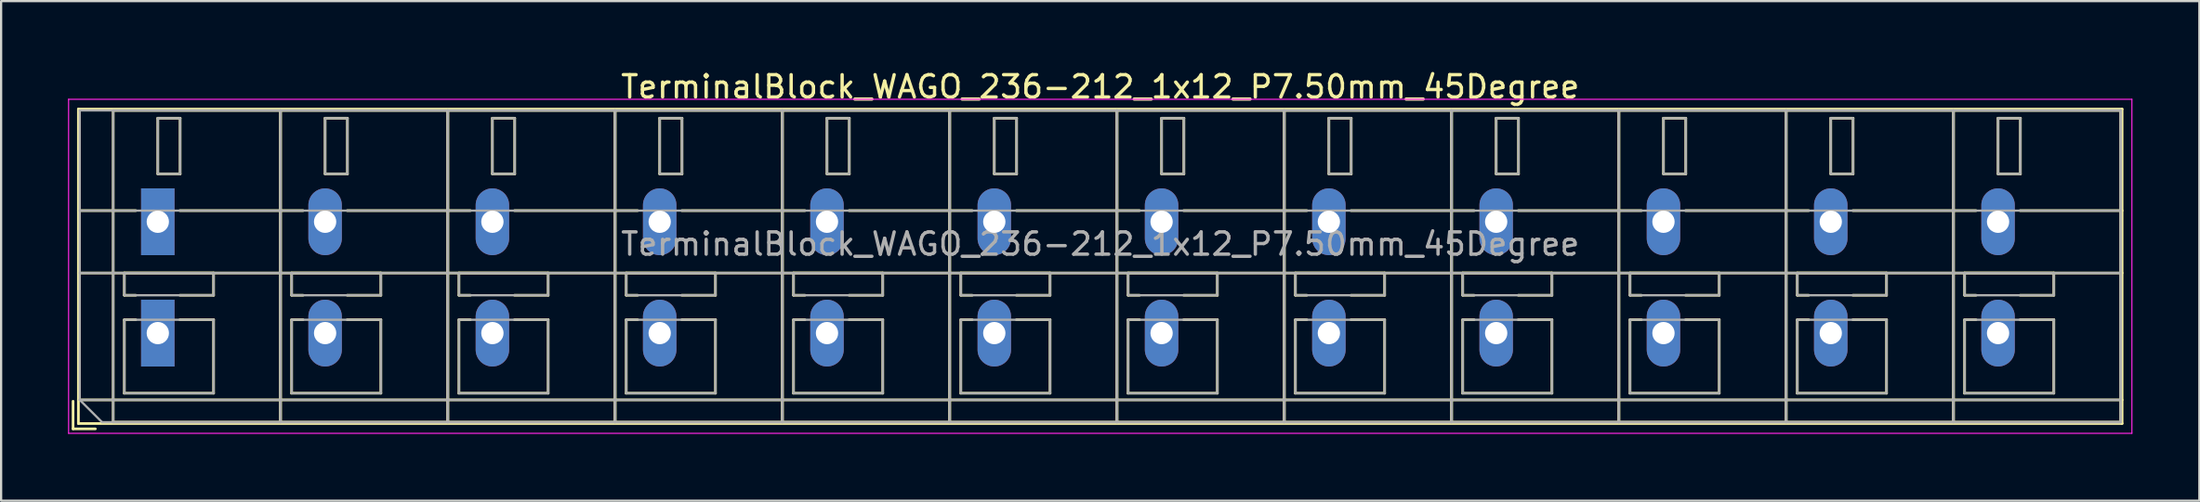
<source format=kicad_pcb>
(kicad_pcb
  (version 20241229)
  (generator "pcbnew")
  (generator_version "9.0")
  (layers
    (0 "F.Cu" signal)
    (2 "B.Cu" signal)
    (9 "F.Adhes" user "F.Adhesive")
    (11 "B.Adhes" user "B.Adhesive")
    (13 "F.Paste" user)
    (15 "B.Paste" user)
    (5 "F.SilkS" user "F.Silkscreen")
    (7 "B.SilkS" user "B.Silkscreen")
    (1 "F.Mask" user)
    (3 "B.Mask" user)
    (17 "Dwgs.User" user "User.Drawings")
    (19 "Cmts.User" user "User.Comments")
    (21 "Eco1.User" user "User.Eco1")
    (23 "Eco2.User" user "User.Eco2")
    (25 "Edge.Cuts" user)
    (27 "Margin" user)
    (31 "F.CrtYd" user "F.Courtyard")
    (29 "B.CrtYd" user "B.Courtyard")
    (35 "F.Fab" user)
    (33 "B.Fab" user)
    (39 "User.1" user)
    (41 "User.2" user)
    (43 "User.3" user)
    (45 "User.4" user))
  (footprint "TerminalBlock_WAGO_236-212_1x12_P7.50mm_45Degree"
    (layer "F.Cu")
    (at 4.025 11.908)
    (property "Reference" "TerminalBlock_WAGO_236-212_1x12_P7.50mm_45Degree" (at 42.25 -11.06 0) (layer "F.SilkS") (effects (font (size 1 1) (thickness 0.15))))
    (attr through_hole)
    (fp_line (start -3.8 3.06) (end -3.8 4.3) (stroke (width 0.12) (type solid)) (layer "F.SilkS"))
    (fp_line (start -3.8 4.3) (end -2.8 4.3) (stroke (width 0.12) (type solid)) (layer "F.SilkS"))
    (fp_line (start -3.56 -10.06) (end -3.56 4.06) (stroke (width 0.12) (type solid)) (layer "F.SilkS"))
    (fp_line (start -3.56 -10.06) (end 88.06 -10.06) (stroke (width 0.12) (type solid)) (layer "F.SilkS"))
    (fp_line (start -3.56 -5.5) (end -0.99 -5.5) (stroke (width 0.12) (type solid)) (layer "F.SilkS"))
    (fp_line (start -3.56 -2.7) (end 88.06 -2.7) (stroke (width 0.12) (type solid)) (layer "F.SilkS"))
    (fp_line (start -3.56 3) (end 88.06 3) (stroke (width 0.12) (type solid)) (layer "F.SilkS"))
    (fp_line (start -3.56 4.06) (end 88.06 4.06) (stroke (width 0.12) (type solid)) (layer "F.SilkS"))
    (fp_line (start -2 -10) (end -2 4) (stroke (width 0.12) (type solid)) (layer "F.SilkS"))
    (fp_line (start -2 -10) (end 5.5 -10) (stroke (width 0.12) (type solid)) (layer "F.SilkS"))
    (fp_line (start -2 4) (end 5.5 4) (stroke (width 0.12) (type solid)) (layer "F.SilkS"))
    (fp_line (start -1.5 -2.7) (end -1.5 -1.701) (stroke (width 0.12) (type solid)) (layer "F.SilkS"))
    (fp_line (start -1.5 -2.7) (end 2.5 -2.7) (stroke (width 0.12) (type solid)) (layer "F.SilkS"))
    (fp_line (start -1.5 -1.701) (end -0.99 -1.701) (stroke (width 0.12) (type solid)) (layer "F.SilkS"))
    (fp_line (start -1.5 -0.6) (end -1.5 2.7) (stroke (width 0.12) (type solid)) (layer "F.SilkS"))
    (fp_line (start -1.5 -0.6) (end -0.99 -0.6) (stroke (width 0.12) (type solid)) (layer "F.SilkS"))
    (fp_line (start -1.5 2.7) (end 2.5 2.7) (stroke (width 0.12) (type solid)) (layer "F.SilkS"))
    (fp_line (start 0 -9.65) (end 0 -7.15) (stroke (width 0.12) (type solid)) (layer "F.SilkS"))
    (fp_line (start 0 -9.65) (end 1 -9.65) (stroke (width 0.12) (type solid)) (layer "F.SilkS"))
    (fp_line (start 0 -7.15) (end 1 -7.15) (stroke (width 0.12) (type solid)) (layer "F.SilkS"))
    (fp_line (start 0.99 -5.5) (end 6.51 -5.5) (stroke (width 0.12) (type solid)) (layer "F.SilkS"))
    (fp_line (start 0.99 -1.701) (end 2.5 -1.701) (stroke (width 0.12) (type solid)) (layer "F.SilkS"))
    (fp_line (start 0.99 -0.6) (end 2.5 -0.6) (stroke (width 0.12) (type solid)) (layer "F.SilkS"))
    (fp_line (start 1 -9.65) (end 1 -7.15) (stroke (width 0.12) (type solid)) (layer "F.SilkS"))
    (fp_line (start 2.5 -2.7) (end 2.5 -1.701) (stroke (width 0.12) (type solid)) (layer "F.SilkS"))
    (fp_line (start 2.5 -0.6) (end 2.5 2.7) (stroke (width 0.12) (type solid)) (layer "F.SilkS"))
    (fp_line (start 5.5 -10) (end 5.5 4) (stroke (width 0.12) (type solid)) (layer "F.SilkS"))
    (fp_line (start 5.5 -10) (end 5.5 4) (stroke (width 0.12) (type solid)) (layer "F.SilkS"))
    (fp_line (start 5.5 -10) (end 13 -10) (stroke (width 0.12) (type solid)) (layer "F.SilkS"))
    (fp_line (start 5.5 4) (end 13 4) (stroke (width 0.12) (type solid)) (layer "F.SilkS"))
    (fp_line (start 6 -2.7) (end 6 -1.701) (stroke (width 0.12) (type solid)) (layer "F.SilkS"))
    (fp_line (start 6 -2.7) (end 10 -2.7) (stroke (width 0.12) (type solid)) (layer "F.SilkS"))
    (fp_line (start 6 -1.701) (end 6.51 -1.701) (stroke (width 0.12) (type solid)) (layer "F.SilkS"))
    (fp_line (start 6 -0.6) (end 6 2.7) (stroke (width 0.12) (type solid)) (layer "F.SilkS"))
    (fp_line (start 6 -0.6) (end 6.51 -0.6) (stroke (width 0.12) (type solid)) (layer "F.SilkS"))
    (fp_line (start 6 2.7) (end 10 2.7) (stroke (width 0.12) (type solid)) (layer "F.SilkS"))
    (fp_line (start 7.5 -9.65) (end 7.5 -7.15) (stroke (width 0.12) (type solid)) (layer "F.SilkS"))
    (fp_line (start 7.5 -9.65) (end 8.5 -9.65) (stroke (width 0.12) (type solid)) (layer "F.SilkS"))
    (fp_line (start 7.5 -7.15) (end 8.5 -7.15) (stroke (width 0.12) (type solid)) (layer "F.SilkS"))
    (fp_line (start 8.49 -5.5) (end 14.01 -5.5) (stroke (width 0.12) (type solid)) (layer "F.SilkS"))
    (fp_line (start 8.49 -1.701) (end 10 -1.701) (stroke (width 0.12) (type solid)) (layer "F.SilkS"))
    (fp_line (start 8.49 -0.6) (end 10 -0.6) (stroke (width 0.12) (type solid)) (layer "F.SilkS"))
    (fp_line (start 8.5 -9.65) (end 8.5 -7.15) (stroke (width 0.12) (type solid)) (layer "F.SilkS"))
    (fp_line (start 10 -2.7) (end 10 -1.701) (stroke (width 0.12) (type solid)) (layer "F.SilkS"))
    (fp_line (start 10 -0.6) (end 10 2.7) (stroke (width 0.12) (type solid)) (layer "F.SilkS"))
    (fp_line (start 13 -10) (end 13 4) (stroke (width 0.12) (type solid)) (layer "F.SilkS"))
    (fp_line (start 13 -10) (end 13 4) (stroke (width 0.12) (type solid)) (layer "F.SilkS"))
    (fp_line (start 13 -10) (end 20.5 -10) (stroke (width 0.12) (type solid)) (layer "F.SilkS"))
    (fp_line (start 13 4) (end 20.5 4) (stroke (width 0.12) (type solid)) (layer "F.SilkS"))
    (fp_line (start 13.5 -2.7) (end 13.5 -1.701) (stroke (width 0.12) (type solid)) (layer "F.SilkS"))
    (fp_line (start 13.5 -2.7) (end 17.5 -2.7) (stroke (width 0.12) (type solid)) (layer "F.SilkS"))
    (fp_line (start 13.5 -1.701) (end 14.01 -1.701) (stroke (width 0.12) (type solid)) (layer "F.SilkS"))
    (fp_line (start 13.5 -0.6) (end 13.5 2.7) (stroke (width 0.12) (type solid)) (layer "F.SilkS"))
    (fp_line (start 13.5 -0.6) (end 14.01 -0.6) (stroke (width 0.12) (type solid)) (layer "F.SilkS"))
    (fp_line (start 13.5 2.7) (end 17.5 2.7) (stroke (width 0.12) (type solid)) (layer "F.SilkS"))
    (fp_line (start 15 -9.65) (end 15 -7.15) (stroke (width 0.12) (type solid)) (layer "F.SilkS"))
    (fp_line (start 15 -9.65) (end 16 -9.65) (stroke (width 0.12) (type solid)) (layer "F.SilkS"))
    (fp_line (start 15 -7.15) (end 16 -7.15) (stroke (width 0.12) (type solid)) (layer "F.SilkS"))
    (fp_line (start 15.99 -5.5) (end 21.51 -5.5) (stroke (width 0.12) (type solid)) (layer "F.SilkS"))
    (fp_line (start 15.99 -1.701) (end 17.5 -1.701) (stroke (width 0.12) (type solid)) (layer "F.SilkS"))
    (fp_line (start 15.99 -0.6) (end 17.5 -0.6) (stroke (width 0.12) (type solid)) (layer "F.SilkS"))
    (fp_line (start 16 -9.65) (end 16 -7.15) (stroke (width 0.12) (type solid)) (layer "F.SilkS"))
    (fp_line (start 17.5 -2.7) (end 17.5 -1.701) (stroke (width 0.12) (type solid)) (layer "F.SilkS"))
    (fp_line (start 17.5 -0.6) (end 17.5 2.7) (stroke (width 0.12) (type solid)) (layer "F.SilkS"))
    (fp_line (start 20.5 -10) (end 20.5 4) (stroke (width 0.12) (type solid)) (layer "F.SilkS"))
    (fp_line (start 20.5 -10) (end 20.5 4) (stroke (width 0.12) (type solid)) (layer "F.SilkS"))
    (fp_line (start 20.5 -10) (end 28 -10) (stroke (width 0.12) (type solid)) (layer "F.SilkS"))
    (fp_line (start 20.5 4) (end 28 4) (stroke (width 0.12) (type solid)) (layer "F.SilkS"))
    (fp_line (start 21 -2.7) (end 21 -1.701) (stroke (width 0.12) (type solid)) (layer "F.SilkS"))
    (fp_line (start 21 -2.7) (end 25 -2.7) (stroke (width 0.12) (type solid)) (layer "F.SilkS"))
    (fp_line (start 21 -1.701) (end 21.51 -1.701) (stroke (width 0.12) (type solid)) (layer "F.SilkS"))
    (fp_line (start 21 -0.6) (end 21 2.7) (stroke (width 0.12) (type solid)) (layer "F.SilkS"))
    (fp_line (start 21 -0.6) (end 21.51 -0.6) (stroke (width 0.12) (type solid)) (layer "F.SilkS"))
    (fp_line (start 21 2.7) (end 25 2.7) (stroke (width 0.12) (type solid)) (layer "F.SilkS"))
    (fp_line (start 22.5 -9.65) (end 22.5 -7.15) (stroke (width 0.12) (type solid)) (layer "F.SilkS"))
    (fp_line (start 22.5 -9.65) (end 23.5 -9.65) (stroke (width 0.12) (type solid)) (layer "F.SilkS"))
    (fp_line (start 22.5 -7.15) (end 23.5 -7.15) (stroke (width 0.12) (type solid)) (layer "F.SilkS"))
    (fp_line (start 23.49 -5.5) (end 29.01 -5.5) (stroke (width 0.12) (type solid)) (layer "F.SilkS"))
    (fp_line (start 23.49 -1.701) (end 25 -1.701) (stroke (width 0.12) (type solid)) (layer "F.SilkS"))
    (fp_line (start 23.49 -0.6) (end 25 -0.6) (stroke (width 0.12) (type solid)) (layer "F.SilkS"))
    (fp_line (start 23.5 -9.65) (end 23.5 -7.15) (stroke (width 0.12) (type solid)) (layer "F.SilkS"))
    (fp_line (start 25 -2.7) (end 25 -1.701) (stroke (width 0.12) (type solid)) (layer "F.SilkS"))
    (fp_line (start 25 -0.6) (end 25 2.7) (stroke (width 0.12) (type solid)) (layer "F.SilkS"))
    (fp_line (start 28 -10) (end 28 4) (stroke (width 0.12) (type solid)) (layer "F.SilkS"))
    (fp_line (start 28 -10) (end 28 4) (stroke (width 0.12) (type solid)) (layer "F.SilkS"))
    (fp_line (start 28 -10) (end 35.5 -10) (stroke (width 0.12) (type solid)) (layer "F.SilkS"))
    (fp_line (start 28 4) (end 35.5 4) (stroke (width 0.12) (type solid)) (layer "F.SilkS"))
    (fp_line (start 28.5 -2.7) (end 28.5 -1.701) (stroke (width 0.12) (type solid)) (layer "F.SilkS"))
    (fp_line (start 28.5 -2.7) (end 32.5 -2.7) (stroke (width 0.12) (type solid)) (layer "F.SilkS"))
    (fp_line (start 28.5 -1.701) (end 29.01 -1.701) (stroke (width 0.12) (type solid)) (layer "F.SilkS"))
    (fp_line (start 28.5 -0.6) (end 28.5 2.7) (stroke (width 0.12) (type solid)) (layer "F.SilkS"))
    (fp_line (start 28.5 -0.6) (end 29.01 -0.6) (stroke (width 0.12) (type solid)) (layer "F.SilkS"))
    (fp_line (start 28.5 2.7) (end 32.5 2.7) (stroke (width 0.12) (type solid)) (layer "F.SilkS"))
    (fp_line (start 30 -9.65) (end 30 -7.15) (stroke (width 0.12) (type solid)) (layer "F.SilkS"))
    (fp_line (start 30 -9.65) (end 31 -9.65) (stroke (width 0.12) (type solid)) (layer "F.SilkS"))
    (fp_line (start 30 -7.15) (end 31 -7.15) (stroke (width 0.12) (type solid)) (layer "F.SilkS"))
    (fp_line (start 30.99 -5.5) (end 36.51 -5.5) (stroke (width 0.12) (type solid)) (layer "F.SilkS"))
    (fp_line (start 30.99 -1.701) (end 32.5 -1.701) (stroke (width 0.12) (type solid)) (layer "F.SilkS"))
    (fp_line (start 30.99 -0.6) (end 32.5 -0.6) (stroke (width 0.12) (type solid)) (layer "F.SilkS"))
    (fp_line (start 31 -9.65) (end 31 -7.15) (stroke (width 0.12) (type solid)) (layer "F.SilkS"))
    (fp_line (start 32.5 -2.7) (end 32.5 -1.701) (stroke (width 0.12) (type solid)) (layer "F.SilkS"))
    (fp_line (start 32.5 -0.6) (end 32.5 2.7) (stroke (width 0.12) (type solid)) (layer "F.SilkS"))
    (fp_line (start 35.5 -10) (end 35.5 4) (stroke (width 0.12) (type solid)) (layer "F.SilkS"))
    (fp_line (start 35.5 -10) (end 35.5 4) (stroke (width 0.12) (type solid)) (layer "F.SilkS"))
    (fp_line (start 35.5 -10) (end 43 -10) (stroke (width 0.12) (type solid)) (layer "F.SilkS"))
    (fp_line (start 35.5 4) (end 43 4) (stroke (width 0.12) (type solid)) (layer "F.SilkS"))
    (fp_line (start 36 -2.7) (end 36 -1.701) (stroke (width 0.12) (type solid)) (layer "F.SilkS"))
    (fp_line (start 36 -2.7) (end 40 -2.7) (stroke (width 0.12) (type solid)) (layer "F.SilkS"))
    (fp_line (start 36 -1.701) (end 36.51 -1.701) (stroke (width 0.12) (type solid)) (layer "F.SilkS"))
    (fp_line (start 36 -0.6) (end 36 2.7) (stroke (width 0.12) (type solid)) (layer "F.SilkS"))
    (fp_line (start 36 -0.6) (end 36.51 -0.6) (stroke (width 0.12) (type solid)) (layer "F.SilkS"))
    (fp_line (start 36 2.7) (end 40 2.7) (stroke (width 0.12) (type solid)) (layer "F.SilkS"))
    (fp_line (start 37.5 -9.65) (end 37.5 -7.15) (stroke (width 0.12) (type solid)) (layer "F.SilkS"))
    (fp_line (start 37.5 -9.65) (end 38.5 -9.65) (stroke (width 0.12) (type solid)) (layer "F.SilkS"))
    (fp_line (start 37.5 -7.15) (end 38.5 -7.15) (stroke (width 0.12) (type solid)) (layer "F.SilkS"))
    (fp_line (start 38.49 -5.5) (end 44.01 -5.5) (stroke (width 0.12) (type solid)) (layer "F.SilkS"))
    (fp_line (start 38.49 -1.701) (end 40 -1.701) (stroke (width 0.12) (type solid)) (layer "F.SilkS"))
    (fp_line (start 38.49 -0.6) (end 40 -0.6) (stroke (width 0.12) (type solid)) (layer "F.SilkS"))
    (fp_line (start 38.5 -9.65) (end 38.5 -7.15) (stroke (width 0.12) (type solid)) (layer "F.SilkS"))
    (fp_line (start 40 -2.7) (end 40 -1.701) (stroke (width 0.12) (type solid)) (layer "F.SilkS"))
    (fp_line (start 40 -0.6) (end 40 2.7) (stroke (width 0.12) (type solid)) (layer "F.SilkS"))
    (fp_line (start 43 -10) (end 43 4) (stroke (width 0.12) (type solid)) (layer "F.SilkS"))
    (fp_line (start 43 -10) (end 43 4) (stroke (width 0.12) (type solid)) (layer "F.SilkS"))
    (fp_line (start 43 -10) (end 50.5 -10) (stroke (width 0.12) (type solid)) (layer "F.SilkS"))
    (fp_line (start 43 4) (end 50.5 4) (stroke (width 0.12) (type solid)) (layer "F.SilkS"))
    (fp_line (start 43.5 -2.7) (end 43.5 -1.701) (stroke (width 0.12) (type solid)) (layer "F.SilkS"))
    (fp_line (start 43.5 -2.7) (end 47.5 -2.7) (stroke (width 0.12) (type solid)) (layer "F.SilkS"))
    (fp_line (start 43.5 -1.701) (end 44.01 -1.701) (stroke (width 0.12) (type solid)) (layer "F.SilkS"))
    (fp_line (start 43.5 -0.6) (end 43.5 2.7) (stroke (width 0.12) (type solid)) (layer "F.SilkS"))
    (fp_line (start 43.5 -0.6) (end 44.01 -0.6) (stroke (width 0.12) (type solid)) (layer "F.SilkS"))
    (fp_line (start 43.5 2.7) (end 47.5 2.7) (stroke (width 0.12) (type solid)) (layer "F.SilkS"))
    (fp_line (start 45 -9.65) (end 45 -7.15) (stroke (width 0.12) (type solid)) (layer "F.SilkS"))
    (fp_line (start 45 -9.65) (end 46 -9.65) (stroke (width 0.12) (type solid)) (layer "F.SilkS"))
    (fp_line (start 45 -7.15) (end 46 -7.15) (stroke (width 0.12) (type solid)) (layer "F.SilkS"))
    (fp_line (start 45.99 -5.5) (end 51.51 -5.5) (stroke (width 0.12) (type solid)) (layer "F.SilkS"))
    (fp_line (start 45.99 -1.701) (end 47.5 -1.701) (stroke (width 0.12) (type solid)) (layer "F.SilkS"))
    (fp_line (start 45.99 -0.6) (end 47.5 -0.6) (stroke (width 0.12) (type solid)) (layer "F.SilkS"))
    (fp_line (start 46 -9.65) (end 46 -7.15) (stroke (width 0.12) (type solid)) (layer "F.SilkS"))
    (fp_line (start 47.5 -2.7) (end 47.5 -1.701) (stroke (width 0.12) (type solid)) (layer "F.SilkS"))
    (fp_line (start 47.5 -0.6) (end 47.5 2.7) (stroke (width 0.12) (type solid)) (layer "F.SilkS"))
    (fp_line (start 50.5 -10) (end 50.5 4) (stroke (width 0.12) (type solid)) (layer "F.SilkS"))
    (fp_line (start 50.5 -10) (end 50.5 4) (stroke (width 0.12) (type solid)) (layer "F.SilkS"))
    (fp_line (start 50.5 -10) (end 58 -10) (stroke (width 0.12) (type solid)) (layer "F.SilkS"))
    (fp_line (start 50.5 4) (end 58 4) (stroke (width 0.12) (type solid)) (layer "F.SilkS"))
    (fp_line (start 51 -2.7) (end 51 -1.701) (stroke (width 0.12) (type solid)) (layer "F.SilkS"))
    (fp_line (start 51 -2.7) (end 55 -2.7) (stroke (width 0.12) (type solid)) (layer "F.SilkS"))
    (fp_line (start 51 -1.701) (end 51.51 -1.701) (stroke (width 0.12) (type solid)) (layer "F.SilkS"))
    (fp_line (start 51 -0.6) (end 51 2.7) (stroke (width 0.12) (type solid)) (layer "F.SilkS"))
    (fp_line (start 51 -0.6) (end 51.51 -0.6) (stroke (width 0.12) (type solid)) (layer "F.SilkS"))
    (fp_line (start 51 2.7) (end 55 2.7) (stroke (width 0.12) (type solid)) (layer "F.SilkS"))
    (fp_line (start 52.5 -9.65) (end 52.5 -7.15) (stroke (width 0.12) (type solid)) (layer "F.SilkS"))
    (fp_line (start 52.5 -9.65) (end 53.5 -9.65) (stroke (width 0.12) (type solid)) (layer "F.SilkS"))
    (fp_line (start 52.5 -7.15) (end 53.5 -7.15) (stroke (width 0.12) (type solid)) (layer "F.SilkS"))
    (fp_line (start 53.49 -5.5) (end 59.01 -5.5) (stroke (width 0.12) (type solid)) (layer "F.SilkS"))
    (fp_line (start 53.49 -1.701) (end 55 -1.701) (stroke (width 0.12) (type solid)) (layer "F.SilkS"))
    (fp_line (start 53.49 -0.6) (end 55 -0.6) (stroke (width 0.12) (type solid)) (layer "F.SilkS"))
    (fp_line (start 53.5 -9.65) (end 53.5 -7.15) (stroke (width 0.12) (type solid)) (layer "F.SilkS"))
    (fp_line (start 55 -2.7) (end 55 -1.701) (stroke (width 0.12) (type solid)) (layer "F.SilkS"))
    (fp_line (start 55 -0.6) (end 55 2.7) (stroke (width 0.12) (type solid)) (layer "F.SilkS"))
    (fp_line (start 58 -10) (end 58 4) (stroke (width 0.12) (type solid)) (layer "F.SilkS"))
    (fp_line (start 58 -10) (end 58 4) (stroke (width 0.12) (type solid)) (layer "F.SilkS"))
    (fp_line (start 58 -10) (end 65.5 -10) (stroke (width 0.12) (type solid)) (layer "F.SilkS"))
    (fp_line (start 58 4) (end 65.5 4) (stroke (width 0.12) (type solid)) (layer "F.SilkS"))
    (fp_line (start 58.5 -2.7) (end 58.5 -1.701) (stroke (width 0.12) (type solid)) (layer "F.SilkS"))
    (fp_line (start 58.5 -2.7) (end 62.5 -2.7) (stroke (width 0.12) (type solid)) (layer "F.SilkS"))
    (fp_line (start 58.5 -1.701) (end 59.01 -1.701) (stroke (width 0.12) (type solid)) (layer "F.SilkS"))
    (fp_line (start 58.5 -0.6) (end 58.5 2.7) (stroke (width 0.12) (type solid)) (layer "F.SilkS"))
    (fp_line (start 58.5 -0.6) (end 59.01 -0.6) (stroke (width 0.12) (type solid)) (layer "F.SilkS"))
    (fp_line (start 58.5 2.7) (end 62.5 2.7) (stroke (width 0.12) (type solid)) (layer "F.SilkS"))
    (fp_line (start 60 -9.65) (end 60 -7.15) (stroke (width 0.12) (type solid)) (layer "F.SilkS"))
    (fp_line (start 60 -9.65) (end 61 -9.65) (stroke (width 0.12) (type solid)) (layer "F.SilkS"))
    (fp_line (start 60 -7.15) (end 61 -7.15) (stroke (width 0.12) (type solid)) (layer "F.SilkS"))
    (fp_line (start 60.99 -5.5) (end 66.51 -5.5) (stroke (width 0.12) (type solid)) (layer "F.SilkS"))
    (fp_line (start 60.99 -1.701) (end 62.5 -1.701) (stroke (width 0.12) (type solid)) (layer "F.SilkS"))
    (fp_line (start 60.99 -0.6) (end 62.5 -0.6) (stroke (width 0.12) (type solid)) (layer "F.SilkS"))
    (fp_line (start 61 -9.65) (end 61 -7.15) (stroke (width 0.12) (type solid)) (layer "F.SilkS"))
    (fp_line (start 62.5 -2.7) (end 62.5 -1.701) (stroke (width 0.12) (type solid)) (layer "F.SilkS"))
    (fp_line (start 62.5 -0.6) (end 62.5 2.7) (stroke (width 0.12) (type solid)) (layer "F.SilkS"))
    (fp_line (start 65.5 -10) (end 65.5 4) (stroke (width 0.12) (type solid)) (layer "F.SilkS"))
    (fp_line (start 65.5 -10) (end 65.5 4) (stroke (width 0.12) (type solid)) (layer "F.SilkS"))
    (fp_line (start 65.5 -10) (end 73 -10) (stroke (width 0.12) (type solid)) (layer "F.SilkS"))
    (fp_line (start 65.5 4) (end 73 4) (stroke (width 0.12) (type solid)) (layer "F.SilkS"))
    (fp_line (start 66 -2.7) (end 66 -1.701) (stroke (width 0.12) (type solid)) (layer "F.SilkS"))
    (fp_line (start 66 -2.7) (end 70 -2.7) (stroke (width 0.12) (type solid)) (layer "F.SilkS"))
    (fp_line (start 66 -1.701) (end 66.51 -1.701) (stroke (width 0.12) (type solid)) (layer "F.SilkS"))
    (fp_line (start 66 -0.6) (end 66 2.7) (stroke (width 0.12) (type solid)) (layer "F.SilkS"))
    (fp_line (start 66 -0.6) (end 66.51 -0.6) (stroke (width 0.12) (type solid)) (layer "F.SilkS"))
    (fp_line (start 66 2.7) (end 70 2.7) (stroke (width 0.12) (type solid)) (layer "F.SilkS"))
    (fp_line (start 67.5 -9.65) (end 67.5 -7.15) (stroke (width 0.12) (type solid)) (layer "F.SilkS"))
    (fp_line (start 67.5 -9.65) (end 68.5 -9.65) (stroke (width 0.12) (type solid)) (layer "F.SilkS"))
    (fp_line (start 67.5 -7.15) (end 68.5 -7.15) (stroke (width 0.12) (type solid)) (layer "F.SilkS"))
    (fp_line (start 68.49 -5.5) (end 74.01 -5.5) (stroke (width 0.12) (type solid)) (layer "F.SilkS"))
    (fp_line (start 68.49 -1.701) (end 70 -1.701) (stroke (width 0.12) (type solid)) (layer "F.SilkS"))
    (fp_line (start 68.49 -0.6) (end 70 -0.6) (stroke (width 0.12) (type solid)) (layer "F.SilkS"))
    (fp_line (start 68.5 -9.65) (end 68.5 -7.15) (stroke (width 0.12) (type solid)) (layer "F.SilkS"))
    (fp_line (start 70 -2.7) (end 70 -1.701) (stroke (width 0.12) (type solid)) (layer "F.SilkS"))
    (fp_line (start 70 -0.6) (end 70 2.7) (stroke (width 0.12) (type solid)) (layer "F.SilkS"))
    (fp_line (start 73 -10) (end 73 4) (stroke (width 0.12) (type solid)) (layer "F.SilkS"))
    (fp_line (start 73 -10) (end 73 4) (stroke (width 0.12) (type solid)) (layer "F.SilkS"))
    (fp_line (start 73 -10) (end 80.5 -10) (stroke (width 0.12) (type solid)) (layer "F.SilkS"))
    (fp_line (start 73 4) (end 80.5 4) (stroke (width 0.12) (type solid)) (layer "F.SilkS"))
    (fp_line (start 73.5 -2.7) (end 73.5 -1.701) (stroke (width 0.12) (type solid)) (layer "F.SilkS"))
    (fp_line (start 73.5 -2.7) (end 77.5 -2.7) (stroke (width 0.12) (type solid)) (layer "F.SilkS"))
    (fp_line (start 73.5 -1.701) (end 74.01 -1.701) (stroke (width 0.12) (type solid)) (layer "F.SilkS"))
    (fp_line (start 73.5 -0.6) (end 73.5 2.7) (stroke (width 0.12) (type solid)) (layer "F.SilkS"))
    (fp_line (start 73.5 -0.6) (end 74.01 -0.6) (stroke (width 0.12) (type solid)) (layer "F.SilkS"))
    (fp_line (start 73.5 2.7) (end 77.5 2.7) (stroke (width 0.12) (type solid)) (layer "F.SilkS"))
    (fp_line (start 75 -9.65) (end 75 -7.15) (stroke (width 0.12) (type solid)) (layer "F.SilkS"))
    (fp_line (start 75 -9.65) (end 76 -9.65) (stroke (width 0.12) (type solid)) (layer "F.SilkS"))
    (fp_line (start 75 -7.15) (end 76 -7.15) (stroke (width 0.12) (type solid)) (layer "F.SilkS"))
    (fp_line (start 75.99 -5.5) (end 81.51 -5.5) (stroke (width 0.12) (type solid)) (layer "F.SilkS"))
    (fp_line (start 75.99 -1.701) (end 77.5 -1.701) (stroke (width 0.12) (type solid)) (layer "F.SilkS"))
    (fp_line (start 75.99 -0.6) (end 77.5 -0.6) (stroke (width 0.12) (type solid)) (layer "F.SilkS"))
    (fp_line (start 76 -9.65) (end 76 -7.15) (stroke (width 0.12) (type solid)) (layer "F.SilkS"))
    (fp_line (start 77.5 -2.7) (end 77.5 -1.701) (stroke (width 0.12) (type solid)) (layer "F.SilkS"))
    (fp_line (start 77.5 -0.6) (end 77.5 2.7) (stroke (width 0.12) (type solid)) (layer "F.SilkS"))
    (fp_line (start 80.5 -10) (end 80.5 4) (stroke (width 0.12) (type solid)) (layer "F.SilkS"))
    (fp_line (start 80.5 -10) (end 80.5 4) (stroke (width 0.12) (type solid)) (layer "F.SilkS"))
    (fp_line (start 80.5 -10) (end 88 -10) (stroke (width 0.12) (type solid)) (layer "F.SilkS"))
    (fp_line (start 80.5 4) (end 88 4) (stroke (width 0.12) (type solid)) (layer "F.SilkS"))
    (fp_line (start 81 -2.7) (end 81 -1.701) (stroke (width 0.12) (type solid)) (layer "F.SilkS"))
    (fp_line (start 81 -2.7) (end 85 -2.7) (stroke (width 0.12) (type solid)) (layer "F.SilkS"))
    (fp_line (start 81 -1.701) (end 81.51 -1.701) (stroke (width 0.12) (type solid)) (layer "F.SilkS"))
    (fp_line (start 81 -0.6) (end 81 2.7) (stroke (width 0.12) (type solid)) (layer "F.SilkS"))
    (fp_line (start 81 -0.6) (end 81.51 -0.6) (stroke (width 0.12) (type solid)) (layer "F.SilkS"))
    (fp_line (start 81 2.7) (end 85 2.7) (stroke (width 0.12) (type solid)) (layer "F.SilkS"))
    (fp_line (start 82.5 -9.65) (end 82.5 -7.15) (stroke (width 0.12) (type solid)) (layer "F.SilkS"))
    (fp_line (start 82.5 -9.65) (end 83.5 -9.65) (stroke (width 0.12) (type solid)) (layer "F.SilkS"))
    (fp_line (start 82.5 -7.15) (end 83.5 -7.15) (stroke (width 0.12) (type solid)) (layer "F.SilkS"))
    (fp_line (start 83.49 -5.5) (end 88.06 -5.5) (stroke (width 0.12) (type solid)) (layer "F.SilkS"))
    (fp_line (start 83.49 -1.701) (end 85 -1.701) (stroke (width 0.12) (type solid)) (layer "F.SilkS"))
    (fp_line (start 83.49 -0.6) (end 85 -0.6) (stroke (width 0.12) (type solid)) (layer "F.SilkS"))
    (fp_line (start 83.5 -9.65) (end 83.5 -7.15) (stroke (width 0.12) (type solid)) (layer "F.SilkS"))
    (fp_line (start 85 -2.7) (end 85 -1.701) (stroke (width 0.12) (type solid)) (layer "F.SilkS"))
    (fp_line (start 85 -0.6) (end 85 2.7) (stroke (width 0.12) (type solid)) (layer "F.SilkS"))
    (fp_line (start 88 -10) (end 88 4) (stroke (width 0.12) (type solid)) (layer "F.SilkS"))
    (fp_line (start 88.06 -10.06) (end 88.06 4.06) (stroke (width 0.12) (type solid)) (layer "F.SilkS"))
    (fp_line (start -4 -10.5) (end -4 4.5) (stroke (width 0.05) (type solid)) (layer "F.CrtYd"))
    (fp_line (start -4 4.5) (end 88.5 4.5) (stroke (width 0.05) (type solid)) (layer "F.CrtYd"))
    (fp_line (start 88.5 -10.5) (end -4 -10.5) (stroke (width 0.05) (type solid)) (layer "F.CrtYd"))
    (fp_line (start 88.5 4.5) (end 88.5 -10.5) (stroke (width 0.05) (type solid)) (layer "F.CrtYd"))
    (fp_line (start -3.5 -10) (end 88 -10) (stroke (width 0.1) (type solid)) (layer "F.Fab"))
    (fp_line (start -3.5 -5.5) (end 88 -5.5) (stroke (width 0.1) (type solid)) (layer "F.Fab"))
    (fp_line (start -3.5 -2.7) (end 88 -2.7) (stroke (width 0.1) (type solid)) (layer "F.Fab"))
    (fp_line (start -3.5 3) (end -3.5 -10) (stroke (width 0.1) (type solid)) (layer "F.Fab"))
    (fp_line (start -3.5 3) (end 88 3) (stroke (width 0.1) (type solid)) (layer "F.Fab"))
    (fp_line (start -2.5 4) (end -3.5 3) (stroke (width 0.1) (type solid)) (layer "F.Fab"))
    (fp_line (start -2 -10) (end -2 4) (stroke (width 0.1) (type solid)) (layer "F.Fab"))
    (fp_line (start -2 4) (end 5.5 4) (stroke (width 0.1) (type solid)) (layer "F.Fab"))
    (fp_line (start -1.5 -2.7) (end -1.5 -1.7) (stroke (width 0.1) (type solid)) (layer "F.Fab"))
    (fp_line (start -1.5 -1.7) (end 2.5 -1.7) (stroke (width 0.1) (type solid)) (layer "F.Fab"))
    (fp_line (start -1.5 -0.6) (end -1.5 2.7) (stroke (width 0.1) (type solid)) (layer "F.Fab"))
    (fp_line (start -1.5 2.7) (end 2.5 2.7) (stroke (width 0.1) (type solid)) (layer "F.Fab"))
    (fp_line (start 0 -9.65) (end 0 -7.15) (stroke (width 0.1) (type solid)) (layer "F.Fab"))
    (fp_line (start 0 -7.15) (end 1 -7.15) (stroke (width 0.1) (type solid)) (layer "F.Fab"))
    (fp_line (start 1 -9.65) (end 0 -9.65) (stroke (width 0.1) (type solid)) (layer "F.Fab"))
    (fp_line (start 1 -7.15) (end 1 -9.65) (stroke (width 0.1) (type solid)) (layer "F.Fab"))
    (fp_line (start 2.5 -2.7) (end -1.5 -2.7) (stroke (width 0.1) (type solid)) (layer "F.Fab"))
    (fp_line (start 2.5 -1.7) (end 2.5 -2.7) (stroke (width 0.1) (type solid)) (layer "F.Fab"))
    (fp_line (start 2.5 -0.6) (end -1.5 -0.6) (stroke (width 0.1) (type solid)) (layer "F.Fab"))
    (fp_line (start 2.5 2.7) (end 2.5 -0.6) (stroke (width 0.1) (type solid)) (layer "F.Fab"))
    (fp_line (start 5.5 -10) (end -2 -10) (stroke (width 0.1) (type solid)) (layer "F.Fab"))
    (fp_line (start 5.5 -10) (end 5.5 4) (stroke (width 0.1) (type solid)) (layer "F.Fab"))
    (fp_line (start 5.5 4) (end 5.5 -10) (stroke (width 0.1) (type solid)) (layer "F.Fab"))
    (fp_line (start 5.5 4) (end 13 4) (stroke (width 0.1) (type solid)) (layer "F.Fab"))
    (fp_line (start 6 -2.7) (end 6 -1.7) (stroke (width 0.1) (type solid)) (layer "F.Fab"))
    (fp_line (start 6 -1.7) (end 10 -1.7) (stroke (width 0.1) (type solid)) (layer "F.Fab"))
    (fp_line (start 6 -0.6) (end 6 2.7) (stroke (width 0.1) (type solid)) (layer "F.Fab"))
    (fp_line (start 6 2.7) (end 10 2.7) (stroke (width 0.1) (type solid)) (layer "F.Fab"))
    (fp_line (start 7.5 -9.65) (end 7.5 -7.15) (stroke (width 0.1) (type solid)) (layer "F.Fab"))
    (fp_line (start 7.5 -7.15) (end 8.5 -7.15) (stroke (width 0.1) (type solid)) (layer "F.Fab"))
    (fp_line (start 8.5 -9.65) (end 7.5 -9.65) (stroke (width 0.1) (type solid)) (layer "F.Fab"))
    (fp_line (start 8.5 -7.15) (end 8.5 -9.65) (stroke (width 0.1) (type solid)) (layer "F.Fab"))
    (fp_line (start 10 -2.7) (end 6 -2.7) (stroke (width 0.1) (type solid)) (layer "F.Fab"))
    (fp_line (start 10 -1.7) (end 10 -2.7) (stroke (width 0.1) (type solid)) (layer "F.Fab"))
    (fp_line (start 10 -0.6) (end 6 -0.6) (stroke (width 0.1) (type solid)) (layer "F.Fab"))
    (fp_line (start 10 2.7) (end 10 -0.6) (stroke (width 0.1) (type solid)) (layer "F.Fab"))
    (fp_line (start 13 -10) (end 5.5 -10) (stroke (width 0.1) (type solid)) (layer "F.Fab"))
    (fp_line (start 13 -10) (end 13 4) (stroke (width 0.1) (type solid)) (layer "F.Fab"))
    (fp_line (start 13 4) (end 13 -10) (stroke (width 0.1) (type solid)) (layer "F.Fab"))
    (fp_line (start 13 4) (end 20.5 4) (stroke (width 0.1) (type solid)) (layer "F.Fab"))
    (fp_line (start 13.5 -2.7) (end 13.5 -1.7) (stroke (width 0.1) (type solid)) (layer "F.Fab"))
    (fp_line (start 13.5 -1.7) (end 17.5 -1.7) (stroke (width 0.1) (type solid)) (layer "F.Fab"))
    (fp_line (start 13.5 -0.6) (end 13.5 2.7) (stroke (width 0.1) (type solid)) (layer "F.Fab"))
    (fp_line (start 13.5 2.7) (end 17.5 2.7) (stroke (width 0.1) (type solid)) (layer "F.Fab"))
    (fp_line (start 15 -9.65) (end 15 -7.15) (stroke (width 0.1) (type solid)) (layer "F.Fab"))
    (fp_line (start 15 -7.15) (end 16 -7.15) (stroke (width 0.1) (type solid)) (layer "F.Fab"))
    (fp_line (start 16 -9.65) (end 15 -9.65) (stroke (width 0.1) (type solid)) (layer "F.Fab"))
    (fp_line (start 16 -7.15) (end 16 -9.65) (stroke (width 0.1) (type solid)) (layer "F.Fab"))
    (fp_line (start 17.5 -2.7) (end 13.5 -2.7) (stroke (width 0.1) (type solid)) (layer "F.Fab"))
    (fp_line (start 17.5 -1.7) (end 17.5 -2.7) (stroke (width 0.1) (type solid)) (layer "F.Fab"))
    (fp_line (start 17.5 -0.6) (end 13.5 -0.6) (stroke (width 0.1) (type solid)) (layer "F.Fab"))
    (fp_line (start 17.5 2.7) (end 17.5 -0.6) (stroke (width 0.1) (type solid)) (layer "F.Fab"))
    (fp_line (start 20.5 -10) (end 13 -10) (stroke (width 0.1) (type solid)) (layer "F.Fab"))
    (fp_line (start 20.5 -10) (end 20.5 4) (stroke (width 0.1) (type solid)) (layer "F.Fab"))
    (fp_line (start 20.5 4) (end 20.5 -10) (stroke (width 0.1) (type solid)) (layer "F.Fab"))
    (fp_line (start 20.5 4) (end 28 4) (stroke (width 0.1) (type solid)) (layer "F.Fab"))
    (fp_line (start 21 -2.7) (end 21 -1.7) (stroke (width 0.1) (type solid)) (layer "F.Fab"))
    (fp_line (start 21 -1.7) (end 25 -1.7) (stroke (width 0.1) (type solid)) (layer "F.Fab"))
    (fp_line (start 21 -0.6) (end 21 2.7) (stroke (width 0.1) (type solid)) (layer "F.Fab"))
    (fp_line (start 21 2.7) (end 25 2.7) (stroke (width 0.1) (type solid)) (layer "F.Fab"))
    (fp_line (start 22.5 -9.65) (end 22.5 -7.15) (stroke (width 0.1) (type solid)) (layer "F.Fab"))
    (fp_line (start 22.5 -7.15) (end 23.5 -7.15) (stroke (width 0.1) (type solid)) (layer "F.Fab"))
    (fp_line (start 23.5 -9.65) (end 22.5 -9.65) (stroke (width 0.1) (type solid)) (layer "F.Fab"))
    (fp_line (start 23.5 -7.15) (end 23.5 -9.65) (stroke (width 0.1) (type solid)) (layer "F.Fab"))
    (fp_line (start 25 -2.7) (end 21 -2.7) (stroke (width 0.1) (type solid)) (layer "F.Fab"))
    (fp_line (start 25 -1.7) (end 25 -2.7) (stroke (width 0.1) (type solid)) (layer "F.Fab"))
    (fp_line (start 25 -0.6) (end 21 -0.6) (stroke (width 0.1) (type solid)) (layer "F.Fab"))
    (fp_line (start 25 2.7) (end 25 -0.6) (stroke (width 0.1) (type solid)) (layer "F.Fab"))
    (fp_line (start 28 -10) (end 20.5 -10) (stroke (width 0.1) (type solid)) (layer "F.Fab"))
    (fp_line (start 28 -10) (end 28 4) (stroke (width 0.1) (type solid)) (layer "F.Fab"))
    (fp_line (start 28 4) (end 28 -10) (stroke (width 0.1) (type solid)) (layer "F.Fab"))
    (fp_line (start 28 4) (end 35.5 4) (stroke (width 0.1) (type solid)) (layer "F.Fab"))
    (fp_line (start 28.5 -2.7) (end 28.5 -1.7) (stroke (width 0.1) (type solid)) (layer "F.Fab"))
    (fp_line (start 28.5 -1.7) (end 32.5 -1.7) (stroke (width 0.1) (type solid)) (layer "F.Fab"))
    (fp_line (start 28.5 -0.6) (end 28.5 2.7) (stroke (width 0.1) (type solid)) (layer "F.Fab"))
    (fp_line (start 28.5 2.7) (end 32.5 2.7) (stroke (width 0.1) (type solid)) (layer "F.Fab"))
    (fp_line (start 30 -9.65) (end 30 -7.15) (stroke (width 0.1) (type solid)) (layer "F.Fab"))
    (fp_line (start 30 -7.15) (end 31 -7.15) (stroke (width 0.1) (type solid)) (layer "F.Fab"))
    (fp_line (start 31 -9.65) (end 30 -9.65) (stroke (width 0.1) (type solid)) (layer "F.Fab"))
    (fp_line (start 31 -7.15) (end 31 -9.65) (stroke (width 0.1) (type solid)) (layer "F.Fab"))
    (fp_line (start 32.5 -2.7) (end 28.5 -2.7) (stroke (width 0.1) (type solid)) (layer "F.Fab"))
    (fp_line (start 32.5 -1.7) (end 32.5 -2.7) (stroke (width 0.1) (type solid)) (layer "F.Fab"))
    (fp_line (start 32.5 -0.6) (end 28.5 -0.6) (stroke (width 0.1) (type solid)) (layer "F.Fab"))
    (fp_line (start 32.5 2.7) (end 32.5 -0.6) (stroke (width 0.1) (type solid)) (layer "F.Fab"))
    (fp_line (start 35.5 -10) (end 28 -10) (stroke (width 0.1) (type solid)) (layer "F.Fab"))
    (fp_line (start 35.5 -10) (end 35.5 4) (stroke (width 0.1) (type solid)) (layer "F.Fab"))
    (fp_line (start 35.5 4) (end 35.5 -10) (stroke (width 0.1) (type solid)) (layer "F.Fab"))
    (fp_line (start 35.5 4) (end 43 4) (stroke (width 0.1) (type solid)) (layer "F.Fab"))
    (fp_line (start 36 -2.7) (end 36 -1.7) (stroke (width 0.1) (type solid)) (layer "F.Fab"))
    (fp_line (start 36 -1.7) (end 40 -1.7) (stroke (width 0.1) (type solid)) (layer "F.Fab"))
    (fp_line (start 36 -0.6) (end 36 2.7) (stroke (width 0.1) (type solid)) (layer "F.Fab"))
    (fp_line (start 36 2.7) (end 40 2.7) (stroke (width 0.1) (type solid)) (layer "F.Fab"))
    (fp_line (start 37.5 -9.65) (end 37.5 -7.15) (stroke (width 0.1) (type solid)) (layer "F.Fab"))
    (fp_line (start 37.5 -7.15) (end 38.5 -7.15) (stroke (width 0.1) (type solid)) (layer "F.Fab"))
    (fp_line (start 38.5 -9.65) (end 37.5 -9.65) (stroke (width 0.1) (type solid)) (layer "F.Fab"))
    (fp_line (start 38.5 -7.15) (end 38.5 -9.65) (stroke (width 0.1) (type solid)) (layer "F.Fab"))
    (fp_line (start 40 -2.7) (end 36 -2.7) (stroke (width 0.1) (type solid)) (layer "F.Fab"))
    (fp_line (start 40 -1.7) (end 40 -2.7) (stroke (width 0.1) (type solid)) (layer "F.Fab"))
    (fp_line (start 40 -0.6) (end 36 -0.6) (stroke (width 0.1) (type solid)) (layer "F.Fab"))
    (fp_line (start 40 2.7) (end 40 -0.6) (stroke (width 0.1) (type solid)) (layer "F.Fab"))
    (fp_line (start 43 -10) (end 35.5 -10) (stroke (width 0.1) (type solid)) (layer "F.Fab"))
    (fp_line (start 43 -10) (end 43 4) (stroke (width 0.1) (type solid)) (layer "F.Fab"))
    (fp_line (start 43 4) (end 43 -10) (stroke (width 0.1) (type solid)) (layer "F.Fab"))
    (fp_line (start 43 4) (end 50.5 4) (stroke (width 0.1) (type solid)) (layer "F.Fab"))
    (fp_line (start 43.5 -2.7) (end 43.5 -1.7) (stroke (width 0.1) (type solid)) (layer "F.Fab"))
    (fp_line (start 43.5 -1.7) (end 47.5 -1.7) (stroke (width 0.1) (type solid)) (layer "F.Fab"))
    (fp_line (start 43.5 -0.6) (end 43.5 2.7) (stroke (width 0.1) (type solid)) (layer "F.Fab"))
    (fp_line (start 43.5 2.7) (end 47.5 2.7) (stroke (width 0.1) (type solid)) (layer "F.Fab"))
    (fp_line (start 45 -9.65) (end 45 -7.15) (stroke (width 0.1) (type solid)) (layer "F.Fab"))
    (fp_line (start 45 -7.15) (end 46 -7.15) (stroke (width 0.1) (type solid)) (layer "F.Fab"))
    (fp_line (start 46 -9.65) (end 45 -9.65) (stroke (width 0.1) (type solid)) (layer "F.Fab"))
    (fp_line (start 46 -7.15) (end 46 -9.65) (stroke (width 0.1) (type solid)) (layer "F.Fab"))
    (fp_line (start 47.5 -2.7) (end 43.5 -2.7) (stroke (width 0.1) (type solid)) (layer "F.Fab"))
    (fp_line (start 47.5 -1.7) (end 47.5 -2.7) (stroke (width 0.1) (type solid)) (layer "F.Fab"))
    (fp_line (start 47.5 -0.6) (end 43.5 -0.6) (stroke (width 0.1) (type solid)) (layer "F.Fab"))
    (fp_line (start 47.5 2.7) (end 47.5 -0.6) (stroke (width 0.1) (type solid)) (layer "F.Fab"))
    (fp_line (start 50.5 -10) (end 43 -10) (stroke (width 0.1) (type solid)) (layer "F.Fab"))
    (fp_line (start 50.5 -10) (end 50.5 4) (stroke (width 0.1) (type solid)) (layer "F.Fab"))
    (fp_line (start 50.5 4) (end 50.5 -10) (stroke (width 0.1) (type solid)) (layer "F.Fab"))
    (fp_line (start 50.5 4) (end 58 4) (stroke (width 0.1) (type solid)) (layer "F.Fab"))
    (fp_line (start 51 -2.7) (end 51 -1.7) (stroke (width 0.1) (type solid)) (layer "F.Fab"))
    (fp_line (start 51 -1.7) (end 55 -1.7) (stroke (width 0.1) (type solid)) (layer "F.Fab"))
    (fp_line (start 51 -0.6) (end 51 2.7) (stroke (width 0.1) (type solid)) (layer "F.Fab"))
    (fp_line (start 51 2.7) (end 55 2.7) (stroke (width 0.1) (type solid)) (layer "F.Fab"))
    (fp_line (start 52.5 -9.65) (end 52.5 -7.15) (stroke (width 0.1) (type solid)) (layer "F.Fab"))
    (fp_line (start 52.5 -7.15) (end 53.5 -7.15) (stroke (width 0.1) (type solid)) (layer "F.Fab"))
    (fp_line (start 53.5 -9.65) (end 52.5 -9.65) (stroke (width 0.1) (type solid)) (layer "F.Fab"))
    (fp_line (start 53.5 -7.15) (end 53.5 -9.65) (stroke (width 0.1) (type solid)) (layer "F.Fab"))
    (fp_line (start 55 -2.7) (end 51 -2.7) (stroke (width 0.1) (type solid)) (layer "F.Fab"))
    (fp_line (start 55 -1.7) (end 55 -2.7) (stroke (width 0.1) (type solid)) (layer "F.Fab"))
    (fp_line (start 55 -0.6) (end 51 -0.6) (stroke (width 0.1) (type solid)) (layer "F.Fab"))
    (fp_line (start 55 2.7) (end 55 -0.6) (stroke (width 0.1) (type solid)) (layer "F.Fab"))
    (fp_line (start 58 -10) (end 50.5 -10) (stroke (width 0.1) (type solid)) (layer "F.Fab"))
    (fp_line (start 58 -10) (end 58 4) (stroke (width 0.1) (type solid)) (layer "F.Fab"))
    (fp_line (start 58 4) (end 58 -10) (stroke (width 0.1) (type solid)) (layer "F.Fab"))
    (fp_line (start 58 4) (end 65.5 4) (stroke (width 0.1) (type solid)) (layer "F.Fab"))
    (fp_line (start 58.5 -2.7) (end 58.5 -1.7) (stroke (width 0.1) (type solid)) (layer "F.Fab"))
    (fp_line (start 58.5 -1.7) (end 62.5 -1.7) (stroke (width 0.1) (type solid)) (layer "F.Fab"))
    (fp_line (start 58.5 -0.6) (end 58.5 2.7) (stroke (width 0.1) (type solid)) (layer "F.Fab"))
    (fp_line (start 58.5 2.7) (end 62.5 2.7) (stroke (width 0.1) (type solid)) (layer "F.Fab"))
    (fp_line (start 60 -9.65) (end 60 -7.15) (stroke (width 0.1) (type solid)) (layer "F.Fab"))
    (fp_line (start 60 -7.15) (end 61 -7.15) (stroke (width 0.1) (type solid)) (layer "F.Fab"))
    (fp_line (start 61 -9.65) (end 60 -9.65) (stroke (width 0.1) (type solid)) (layer "F.Fab"))
    (fp_line (start 61 -7.15) (end 61 -9.65) (stroke (width 0.1) (type solid)) (layer "F.Fab"))
    (fp_line (start 62.5 -2.7) (end 58.5 -2.7) (stroke (width 0.1) (type solid)) (layer "F.Fab"))
    (fp_line (start 62.5 -1.7) (end 62.5 -2.7) (stroke (width 0.1) (type solid)) (layer "F.Fab"))
    (fp_line (start 62.5 -0.6) (end 58.5 -0.6) (stroke (width 0.1) (type solid)) (layer "F.Fab"))
    (fp_line (start 62.5 2.7) (end 62.5 -0.6) (stroke (width 0.1) (type solid)) (layer "F.Fab"))
    (fp_line (start 65.5 -10) (end 58 -10) (stroke (width 0.1) (type solid)) (layer "F.Fab"))
    (fp_line (start 65.5 -10) (end 65.5 4) (stroke (width 0.1) (type solid)) (layer "F.Fab"))
    (fp_line (start 65.5 4) (end 65.5 -10) (stroke (width 0.1) (type solid)) (layer "F.Fab"))
    (fp_line (start 65.5 4) (end 73 4) (stroke (width 0.1) (type solid)) (layer "F.Fab"))
    (fp_line (start 66 -2.7) (end 66 -1.7) (stroke (width 0.1) (type solid)) (layer "F.Fab"))
    (fp_line (start 66 -1.7) (end 70 -1.7) (stroke (width 0.1) (type solid)) (layer "F.Fab"))
    (fp_line (start 66 -0.6) (end 66 2.7) (stroke (width 0.1) (type solid)) (layer "F.Fab"))
    (fp_line (start 66 2.7) (end 70 2.7) (stroke (width 0.1) (type solid)) (layer "F.Fab"))
    (fp_line (start 67.5 -9.65) (end 67.5 -7.15) (stroke (width 0.1) (type solid)) (layer "F.Fab"))
    (fp_line (start 67.5 -7.15) (end 68.5 -7.15) (stroke (width 0.1) (type solid)) (layer "F.Fab"))
    (fp_line (start 68.5 -9.65) (end 67.5 -9.65) (stroke (width 0.1) (type solid)) (layer "F.Fab"))
    (fp_line (start 68.5 -7.15) (end 68.5 -9.65) (stroke (width 0.1) (type solid)) (layer "F.Fab"))
    (fp_line (start 70 -2.7) (end 66 -2.7) (stroke (width 0.1) (type solid)) (layer "F.Fab"))
    (fp_line (start 70 -1.7) (end 70 -2.7) (stroke (width 0.1) (type solid)) (layer "F.Fab"))
    (fp_line (start 70 -0.6) (end 66 -0.6) (stroke (width 0.1) (type solid)) (layer "F.Fab"))
    (fp_line (start 70 2.7) (end 70 -0.6) (stroke (width 0.1) (type solid)) (layer "F.Fab"))
    (fp_line (start 73 -10) (end 65.5 -10) (stroke (width 0.1) (type solid)) (layer "F.Fab"))
    (fp_line (start 73 -10) (end 73 4) (stroke (width 0.1) (type solid)) (layer "F.Fab"))
    (fp_line (start 73 4) (end 73 -10) (stroke (width 0.1) (type solid)) (layer "F.Fab"))
    (fp_line (start 73 4) (end 80.5 4) (stroke (width 0.1) (type solid)) (layer "F.Fab"))
    (fp_line (start 73.5 -2.7) (end 73.5 -1.7) (stroke (width 0.1) (type solid)) (layer "F.Fab"))
    (fp_line (start 73.5 -1.7) (end 77.5 -1.7) (stroke (width 0.1) (type solid)) (layer "F.Fab"))
    (fp_line (start 73.5 -0.6) (end 73.5 2.7) (stroke (width 0.1) (type solid)) (layer "F.Fab"))
    (fp_line (start 73.5 2.7) (end 77.5 2.7) (stroke (width 0.1) (type solid)) (layer "F.Fab"))
    (fp_line (start 75 -9.65) (end 75 -7.15) (stroke (width 0.1) (type solid)) (layer "F.Fab"))
    (fp_line (start 75 -7.15) (end 76 -7.15) (stroke (width 0.1) (type solid)) (layer "F.Fab"))
    (fp_line (start 76 -9.65) (end 75 -9.65) (stroke (width 0.1) (type solid)) (layer "F.Fab"))
    (fp_line (start 76 -7.15) (end 76 -9.65) (stroke (width 0.1) (type solid)) (layer "F.Fab"))
    (fp_line (start 77.5 -2.7) (end 73.5 -2.7) (stroke (width 0.1) (type solid)) (layer "F.Fab"))
    (fp_line (start 77.5 -1.7) (end 77.5 -2.7) (stroke (width 0.1) (type solid)) (layer "F.Fab"))
    (fp_line (start 77.5 -0.6) (end 73.5 -0.6) (stroke (width 0.1) (type solid)) (layer "F.Fab"))
    (fp_line (start 77.5 2.7) (end 77.5 -0.6) (stroke (width 0.1) (type solid)) (layer "F.Fab"))
    (fp_line (start 80.5 -10) (end 73 -10) (stroke (width 0.1) (type solid)) (layer "F.Fab"))
    (fp_line (start 80.5 -10) (end 80.5 4) (stroke (width 0.1) (type solid)) (layer "F.Fab"))
    (fp_line (start 80.5 4) (end 80.5 -10) (stroke (width 0.1) (type solid)) (layer "F.Fab"))
    (fp_line (start 80.5 4) (end 88 4) (stroke (width 0.1) (type solid)) (layer "F.Fab"))
    (fp_line (start 81 -2.7) (end 81 -1.7) (stroke (width 0.1) (type solid)) (layer "F.Fab"))
    (fp_line (start 81 -1.7) (end 85 -1.7) (stroke (width 0.1) (type solid)) (layer "F.Fab"))
    (fp_line (start 81 -0.6) (end 81 2.7) (stroke (width 0.1) (type solid)) (layer "F.Fab"))
    (fp_line (start 81 2.7) (end 85 2.7) (stroke (width 0.1) (type solid)) (layer "F.Fab"))
    (fp_line (start 82.5 -9.65) (end 82.5 -7.15) (stroke (width 0.1) (type solid)) (layer "F.Fab"))
    (fp_line (start 82.5 -7.15) (end 83.5 -7.15) (stroke (width 0.1) (type solid)) (layer "F.Fab"))
    (fp_line (start 83.5 -9.65) (end 82.5 -9.65) (stroke (width 0.1) (type solid)) (layer "F.Fab"))
    (fp_line (start 83.5 -7.15) (end 83.5 -9.65) (stroke (width 0.1) (type solid)) (layer "F.Fab"))
    (fp_line (start 85 -2.7) (end 81 -2.7) (stroke (width 0.1) (type solid)) (layer "F.Fab"))
    (fp_line (start 85 -1.7) (end 85 -2.7) (stroke (width 0.1) (type solid)) (layer "F.Fab"))
    (fp_line (start 85 -0.6) (end 81 -0.6) (stroke (width 0.1) (type solid)) (layer "F.Fab"))
    (fp_line (start 85 2.7) (end 85 -0.6) (stroke (width 0.1) (type solid)) (layer "F.Fab"))
    (fp_line (start 88 -10) (end 80.5 -10) (stroke (width 0.1) (type solid)) (layer "F.Fab"))
    (fp_line (start 88 -10) (end 88 4) (stroke (width 0.1) (type solid)) (layer "F.Fab"))
    (fp_line (start 88 4) (end -2.5 4) (stroke (width 0.1) (type solid)) (layer "F.Fab"))
    (fp_line (start 88 4) (end 88 -10) (stroke (width 0.1) (type solid)) (layer "F.Fab"))
    (fp_text user "${REFERENCE}" (at 42.25 -4 0) (layer "F.Fab") (effects (font (size 1 1) (thickness 0.15))))
    (pad "1" thru_hole rect (at 0 -5) (size 1.5 3) (drill 1) (layers "*.Cu" "*.Mask"))
    (pad "1" thru_hole rect (at 0 0) (size 1.5 3) (drill 1) (layers "*.Cu" "*.Mask"))
    (pad "2" thru_hole oval (at 7.5 -5) (size 1.5 3) (drill 1) (layers "*.Cu" "*.Mask"))
    (pad "2" thru_hole oval (at 7.5 0) (size 1.5 3) (drill 1) (layers "*.Cu" "*.Mask"))
    (pad "3" thru_hole oval (at 15 -5) (size 1.5 3) (drill 1) (layers "*.Cu" "*.Mask"))
    (pad "3" thru_hole oval (at 15 0) (size 1.5 3) (drill 1) (layers "*.Cu" "*.Mask"))
    (pad "4" thru_hole oval (at 22.5 -5) (size 1.5 3) (drill 1) (layers "*.Cu" "*.Mask"))
    (pad "4" thru_hole oval (at 22.5 0) (size 1.5 3) (drill 1) (layers "*.Cu" "*.Mask"))
    (pad "5" thru_hole oval (at 30 -5) (size 1.5 3) (drill 1) (layers "*.Cu" "*.Mask"))
    (pad "5" thru_hole oval (at 30 0) (size 1.5 3) (drill 1) (layers "*.Cu" "*.Mask"))
    (pad "6" thru_hole oval (at 37.5 -5) (size 1.5 3) (drill 1) (layers "*.Cu" "*.Mask"))
    (pad "6" thru_hole oval (at 37.5 0) (size 1.5 3) (drill 1) (layers "*.Cu" "*.Mask"))
    (pad "7" thru_hole oval (at 45 -5) (size 1.5 3) (drill 1) (layers "*.Cu" "*.Mask"))
    (pad "7" thru_hole oval (at 45 0) (size 1.5 3) (drill 1) (layers "*.Cu" "*.Mask"))
    (pad "8" thru_hole oval (at 52.5 -5) (size 1.5 3) (drill 1) (layers "*.Cu" "*.Mask"))
    (pad "8" thru_hole oval (at 52.5 0) (size 1.5 3) (drill 1) (layers "*.Cu" "*.Mask"))
    (pad "9" thru_hole oval (at 60 -5) (size 1.5 3) (drill 1) (layers "*.Cu" "*.Mask"))
    (pad "9" thru_hole oval (at 60 0) (size 1.5 3) (drill 1) (layers "*.Cu" "*.Mask"))
    (pad "10" thru_hole oval (at 67.5 -5) (size 1.5 3) (drill 1) (layers "*.Cu" "*.Mask"))
    (pad "10" thru_hole oval (at 67.5 0) (size 1.5 3) (drill 1) (layers "*.Cu" "*.Mask"))
    (pad "11" thru_hole oval (at 75 -5) (size 1.5 3) (drill 1) (layers "*.Cu" "*.Mask"))
    (pad "11" thru_hole oval (at 75 0) (size 1.5 3) (drill 1) (layers "*.Cu" "*.Mask"))
    (pad "12" thru_hole oval (at 82.5 -5) (size 1.5 3) (drill 1) (layers "*.Cu" "*.Mask"))
    (pad "12" thru_hole oval (at 82.5 0) (size 1.5 3) (drill 1) (layers "*.Cu" "*.Mask")))
  (gr_rect
    (start -3 -3)
    (end 95.55 19.433)
    (stroke (width 0.1) (type default))
    (fill no)
    (layer "Edge.Cuts")))
</source>
